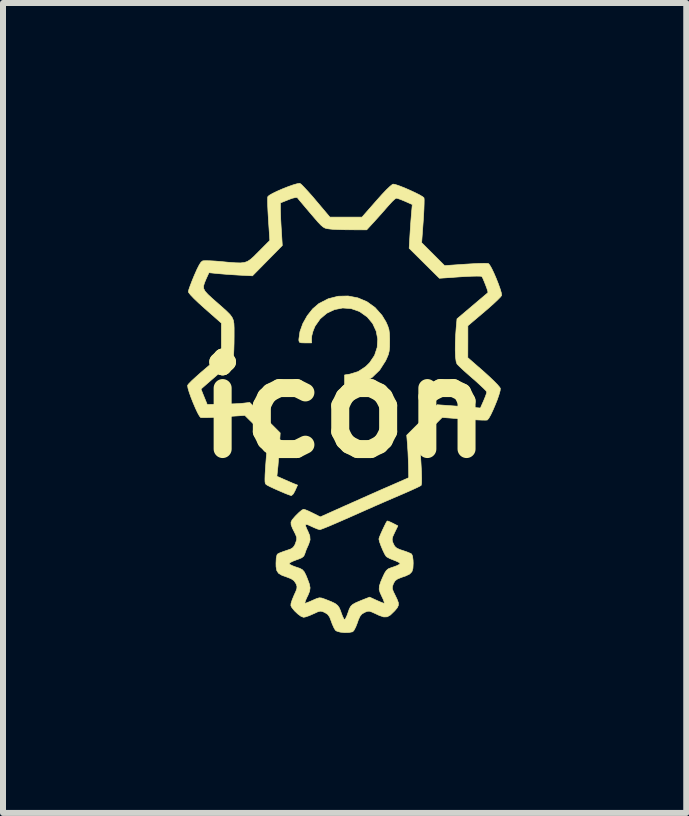
<source format=kicad_pcb>
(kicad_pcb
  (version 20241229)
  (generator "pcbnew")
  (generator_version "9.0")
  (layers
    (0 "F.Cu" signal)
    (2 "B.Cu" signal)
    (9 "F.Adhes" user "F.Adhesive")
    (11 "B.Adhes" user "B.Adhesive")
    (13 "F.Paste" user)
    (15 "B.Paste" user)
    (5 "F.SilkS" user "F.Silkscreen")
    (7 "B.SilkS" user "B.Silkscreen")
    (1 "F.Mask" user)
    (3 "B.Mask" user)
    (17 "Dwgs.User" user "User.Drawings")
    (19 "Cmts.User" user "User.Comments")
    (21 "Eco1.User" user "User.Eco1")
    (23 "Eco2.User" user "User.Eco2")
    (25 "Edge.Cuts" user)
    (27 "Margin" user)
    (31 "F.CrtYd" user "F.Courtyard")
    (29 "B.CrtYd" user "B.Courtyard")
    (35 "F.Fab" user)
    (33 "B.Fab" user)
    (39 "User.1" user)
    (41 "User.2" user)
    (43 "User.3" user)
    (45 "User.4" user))
  (footprint "icon"
    (layer "F.Cu")
    (at 2.692 3.743)
    (property "Reference" "icon" (at 0 0 0) (layer "F.SilkS") (effects (font (size 1.524 1.524) (thickness 0.3))))
    (attr through_hole)
    (fp_poly (pts (xy 0.22 -1.83) (xy 0.372 -1.766) (xy 0.508 -1.668) (xy 0.622 -1.54) (xy 0.69 -1.428) (xy 0.72 -1.36) (xy 0.739 -1.3) (xy 0.748 -1.233) (xy 0.751 -1.144) (xy 0.751 -1.111) (xy 0.75 -1.014) (xy 0.743 -0.943) (xy 0.728 -0.883) (xy 0.7 -0.817) (xy 0.682 -0.779) (xy 0.584 -0.626) (xy 0.458 -0.504) (xy 0.306 -0.414) (xy 0.128 -0.357) (xy 0.09 -0.35) (xy 0 -0.335) (xy 0 -0.545) (xy 0.087 -0.559) (xy 0.227 -0.602) (xy 0.351 -0.684) (xy 0.417 -0.749) (xy 0.499 -0.871) (xy 0.543 -1.004) (xy 0.552 -1.142) (xy 0.526 -1.276) (xy 0.468 -1.402) (xy 0.377 -1.511) (xy 0.256 -1.597) (xy 0.246 -1.603) (xy 0.109 -1.651) (xy -0.032 -1.661) (xy -0.169 -1.634) (xy -0.296 -1.574) (xy -0.406 -1.481) (xy -0.491 -1.36) (xy -0.496 -1.35) (xy -0.527 -1.273) (xy -0.547 -1.197) (xy -0.55 -1.16) (xy -0.55 -1.079) (xy -0.656 -1.079) (xy -0.719 -1.081) (xy -0.75 -1.089) (xy -0.761 -1.112) (xy -0.762 -1.141) (xy -0.744 -1.267) (xy -0.696 -1.401) (xy -0.623 -1.531) (xy -0.532 -1.646) (xy -0.431 -1.733) (xy -0.428 -1.735) (xy -0.272 -1.815) (xy -0.107 -1.857) (xy 0.058 -1.861) (xy 0.22 -1.83)) (stroke (width 0.01) (type solid)) (fill yes) (layer "F.SilkS"))
    (fp_poly (pts (xy -0.744 -3.737) (xy -0.719 -3.718) (xy -0.673 -3.671) (xy -0.61 -3.603) (xy -0.536 -3.52) (xy -0.477 -3.45) (xy -0.245 -3.175) (xy 0.29 -3.175) (xy 0.531 -3.45) (xy 0.62 -3.55) (xy 0.697 -3.631) (xy 0.758 -3.689) (xy 0.798 -3.721) (xy 0.81 -3.725) (xy 0.851 -3.717) (xy 0.918 -3.694) (xy 1 -3.662) (xy 1.089 -3.623) (xy 1.175 -3.583) (xy 1.249 -3.546) (xy 1.301 -3.515) (xy 1.323 -3.496) (xy 1.326 -3.464) (xy 1.325 -3.398) (xy 1.322 -3.305) (xy 1.316 -3.193) (xy 1.31 -3.105) (xy 1.284 -2.749) (xy 1.475 -2.558) (xy 1.666 -2.367) (xy 2.014 -2.391) (xy 2.133 -2.398) (xy 2.239 -2.403) (xy 2.324 -2.405) (xy 2.379 -2.404) (xy 2.396 -2.402) (xy 2.418 -2.377) (xy 2.45 -2.322) (xy 2.487 -2.245) (xy 2.525 -2.157) (xy 2.561 -2.066) (xy 2.591 -1.982) (xy 2.611 -1.915) (xy 2.617 -1.874) (xy 2.616 -1.869) (xy 2.597 -1.844) (xy 2.55 -1.796) (xy 2.482 -1.732) (xy 2.398 -1.657) (xy 2.329 -1.598) (xy 2.054 -1.365) (xy 2.054 -1.099) (xy 2.053 -0.833) (xy 2.318 -0.602) (xy 2.407 -0.521) (xy 2.485 -0.447) (xy 2.547 -0.384) (xy 2.585 -0.339) (xy 2.595 -0.322) (xy 2.592 -0.284) (xy 2.574 -0.22) (xy 2.546 -0.137) (xy 2.51 -0.047) (xy 2.472 0.042) (xy 2.435 0.12) (xy 2.402 0.178) (xy 2.378 0.205) (xy 2.377 0.206) (xy 2.348 0.208) (xy 2.283 0.207) (xy 2.192 0.203) (xy 2.081 0.196) (xy 1.987 0.19) (xy 1.626 0.163) (xy 1.248 0.541) (xy 1.272 0.908) (xy 1.281 1.064) (xy 1.284 1.18) (xy 1.283 1.256) (xy 1.276 1.293) (xy 1.274 1.296) (xy 1.248 1.311) (xy 1.19 1.339) (xy 1.107 1.377) (xy 1.005 1.422) (xy 0.917 1.46) (xy 0.796 1.512) (xy 0.648 1.576) (xy 0.483 1.648) (xy 0.314 1.723) (xy 0.152 1.795) (xy 0.102 1.817) (xy -0.032 1.876) (xy -0.154 1.929) (xy -0.259 1.974) (xy -0.341 2.007) (xy -0.394 2.027) (xy -0.412 2.032) (xy -0.449 2.023) (xy -0.508 1.999) (xy -0.551 1.979) (xy -0.615 1.95) (xy -0.647 1.946) (xy -0.65 1.971) (xy -0.627 2.027) (xy -0.614 2.053) (xy -0.58 2.134) (xy -0.575 2.203) (xy -0.599 2.277) (xy -0.611 2.303) (xy -0.64 2.368) (xy -0.661 2.429) (xy -0.664 2.438) (xy -0.68 2.473) (xy -0.714 2.501) (xy -0.777 2.527) (xy -0.798 2.534) (xy -0.863 2.559) (xy -0.909 2.582) (xy -0.925 2.596) (xy -0.911 2.613) (xy -0.866 2.635) (xy -0.818 2.653) (xy -0.749 2.676) (xy -0.704 2.7) (xy -0.672 2.736) (xy -0.643 2.794) (xy -0.618 2.855) (xy -0.587 2.939) (xy -0.575 3.002) (xy -0.583 3.059) (xy -0.611 3.128) (xy -0.625 3.155) (xy -0.65 3.211) (xy -0.662 3.25) (xy -0.659 3.26) (xy -0.63 3.251) (xy -0.577 3.23) (xy -0.528 3.208) (xy -0.464 3.18) (xy -0.421 3.168) (xy -0.381 3.172) (xy -0.327 3.191) (xy -0.319 3.194) (xy -0.223 3.232) (xy -0.158 3.263) (xy -0.116 3.296) (xy -0.088 3.336) (xy -0.065 3.391) (xy -0.058 3.413) (xy -0.034 3.477) (xy -0.012 3.521) (xy 0 3.535) (xy 0.015 3.516) (xy 0.038 3.468) (xy 0.058 3.413) (xy 0.079 3.353) (xy 0.102 3.311) (xy 0.135 3.279) (xy 0.187 3.25) (xy 0.265 3.217) (xy 0.309 3.199) (xy 0.417 3.157) (xy 0.528 3.208) (xy 0.592 3.236) (xy 0.64 3.255) (xy 0.659 3.26) (xy 0.661 3.243) (xy 0.646 3.199) (xy 0.625 3.155) (xy 0.592 3.083) (xy 0.576 3.027) (xy 0.58 2.971) (xy 0.602 2.902) (xy 0.633 2.829) (xy 0.667 2.757) (xy 0.696 2.713) (xy 0.729 2.685) (xy 0.78 2.665) (xy 0.814 2.654) (xy 0.876 2.631) (xy 0.916 2.609) (xy 0.925 2.596) (xy 0.903 2.577) (xy 0.853 2.554) (xy 0.82 2.541) (xy 0.755 2.515) (xy 0.705 2.488) (xy 0.692 2.477) (xy 0.667 2.438) (xy 0.637 2.375) (xy 0.607 2.304) (xy 0.583 2.237) (xy 0.572 2.191) (xy 0.572 2.187) (xy 0.58 2.159) (xy 0.602 2.105) (xy 0.632 2.038) (xy 0.664 1.971) (xy 0.691 1.917) (xy 0.71 1.888) (xy 0.71 1.888) (xy 0.73 1.892) (xy 0.775 1.912) (xy 0.802 1.925) (xy 0.888 1.969) (xy 0.834 2.08) (xy 0.804 2.145) (xy 0.793 2.188) (xy 0.796 2.225) (xy 0.812 2.266) (xy 0.836 2.311) (xy 0.87 2.341) (xy 0.926 2.366) (xy 0.967 2.379) (xy 1.037 2.403) (xy 1.093 2.426) (xy 1.117 2.439) (xy 1.132 2.474) (xy 1.141 2.54) (xy 1.143 2.592) (xy 1.139 2.676) (xy 1.122 2.732) (xy 1.084 2.772) (xy 1.018 2.804) (xy 0.956 2.825) (xy 0.885 2.853) (xy 0.843 2.883) (xy 0.816 2.926) (xy 0.813 2.934) (xy 0.797 2.98) (xy 0.796 3.018) (xy 0.813 3.066) (xy 0.833 3.106) (xy 0.874 3.191) (xy 0.896 3.25) (xy 0.896 3.294) (xy 0.877 3.335) (xy 0.836 3.384) (xy 0.824 3.396) (xy 0.763 3.455) (xy 0.71 3.485) (xy 0.652 3.487) (xy 0.577 3.462) (xy 0.52 3.435) (xy 0.454 3.405) (xy 0.411 3.391) (xy 0.377 3.394) (xy 0.337 3.41) (xy 0.331 3.413) (xy 0.288 3.439) (xy 0.258 3.475) (xy 0.23 3.534) (xy 0.213 3.585) (xy 0.185 3.656) (xy 0.157 3.709) (xy 0.135 3.734) (xy 0.074 3.746) (xy -0.001 3.748) (xy -0.075 3.74) (xy -0.132 3.723) (xy -0.153 3.709) (xy -0.177 3.669) (xy -0.206 3.605) (xy -0.222 3.56) (xy -0.25 3.488) (xy -0.283 3.443) (xy -0.331 3.413) (xy -0.373 3.395) (xy -0.407 3.391) (xy -0.448 3.402) (xy -0.51 3.431) (xy -0.52 3.435) (xy -0.59 3.466) (xy -0.652 3.487) (xy -0.684 3.493) (xy -0.726 3.477) (xy -0.779 3.438) (xy -0.834 3.386) (xy -0.878 3.332) (xy -0.895 3.299) (xy -0.893 3.263) (xy -0.874 3.203) (xy -0.844 3.131) (xy -0.844 3.13) (xy -0.811 3.058) (xy -0.795 3.011) (xy -0.794 2.976) (xy -0.806 2.941) (xy -0.812 2.929) (xy -0.843 2.883) (xy -0.892 2.85) (xy -0.956 2.825) (xy -1.045 2.793) (xy -1.101 2.759) (xy -1.13 2.714) (xy -1.142 2.649) (xy -1.143 2.592) (xy -1.139 2.51) (xy -1.127 2.455) (xy -1.117 2.439) (xy -1.083 2.421) (xy -1.023 2.398) (xy -0.97 2.38) (xy -0.9 2.356) (xy -0.859 2.33) (xy -0.832 2.293) (xy -0.818 2.259) (xy -0.799 2.203) (xy -0.798 2.162) (xy -0.817 2.113) (xy -0.827 2.092) (xy -0.869 2.009) (xy -0.891 1.951) (xy -0.893 1.908) (xy -0.874 1.869) (xy -0.833 1.821) (xy -0.812 1.798) (xy -0.758 1.745) (xy -0.712 1.707) (xy -0.684 1.693) (xy -0.651 1.702) (xy -0.594 1.726) (xy -0.53 1.757) (xy -0.404 1.82) (xy 0.004 1.637) (xy 0.155 1.57) (xy 0.319 1.497) (xy 0.483 1.424) (xy 0.634 1.357) (xy 0.741 1.311) (xy 1.069 1.167) (xy 1.065 0.97) (xy 1.061 0.858) (xy 1.056 0.739) (xy 1.049 0.635) (xy 1.048 0.616) (xy 1.035 0.459) (xy 1.289 0.205) (xy 1.543 -0.049) (xy 1.75 -0.034) (xy 1.863 -0.026) (xy 1.98 -0.017) (xy 2.083 -0.009) (xy 2.11 -0.007) (xy 2.263 0.006) (xy 2.317 -0.116) (xy 2.345 -0.184) (xy 2.364 -0.237) (xy 2.369 -0.262) (xy 2.354 -0.284) (xy 2.311 -0.327) (xy 2.248 -0.386) (xy 2.17 -0.457) (xy 2.135 -0.487) (xy 2.049 -0.562) (xy 1.973 -0.63) (xy 1.914 -0.686) (xy 1.878 -0.722) (xy 1.872 -0.73) (xy 1.858 -0.772) (xy 1.848 -0.849) (xy 1.844 -0.954) (xy 1.845 -1.078) (xy 1.851 -1.215) (xy 1.86 -1.338) (xy 1.873 -1.48) (xy 2.127 -1.695) (xy 2.214 -1.769) (xy 2.29 -1.833) (xy 2.348 -1.882) (xy 2.382 -1.911) (xy 2.389 -1.918) (xy 2.386 -1.939) (xy 2.371 -1.987) (xy 2.348 -2.048) (xy 2.323 -2.11) (xy 2.301 -2.161) (xy 2.286 -2.187) (xy 2.26 -2.191) (xy 2.2 -2.192) (xy 2.113 -2.19) (xy 2.006 -2.185) (xy 1.925 -2.18) (xy 1.58 -2.156) (xy 1.328 -2.406) (xy 1.076 -2.656) (xy 1.089 -2.879) (xy 1.096 -2.991) (xy 1.104 -3.106) (xy 1.112 -3.205) (xy 1.115 -3.243) (xy 1.128 -3.385) (xy 1.006 -3.439) (xy 0.938 -3.467) (xy 0.885 -3.486) (xy 0.86 -3.491) (xy 0.836 -3.475) (xy 0.793 -3.435) (xy 0.739 -3.376) (xy 0.714 -3.348) (xy 0.64 -3.263) (xy 0.558 -3.171) (xy 0.486 -3.091) (xy 0.48 -3.085) (xy 0.368 -2.963) (xy 0.115 -2.964) (xy 0.003 -2.965) (xy -0.105 -2.968) (xy -0.196 -2.972) (xy -0.247 -2.977) (xy -0.29 -2.983) (xy -0.325 -2.992) (xy -0.357 -3.01) (xy -0.394 -3.041) (xy -0.442 -3.091) (xy -0.506 -3.165) (xy -0.565 -3.234) (xy -0.638 -3.32) (xy -0.702 -3.396) (xy -0.752 -3.455) (xy -0.781 -3.491) (xy -0.786 -3.499) (xy -0.813 -3.503) (xy -0.873 -3.489) (xy -0.934 -3.466) (xy -1.069 -3.412) (xy -1.069 -3.299) (xy -1.067 -3.23) (xy -1.064 -3.133) (xy -1.058 -3.023) (xy -1.053 -2.944) (xy -1.038 -2.702) (xy -1.535 -2.197) (xy -1.768 -2.209) (xy -1.88 -2.216) (xy -1.992 -2.224) (xy -2.087 -2.232) (xy -2.131 -2.236) (xy -2.26 -2.249) (xy -2.307 -2.146) (xy -2.335 -2.079) (xy -2.35 -2.028) (xy -2.348 -1.984) (xy -2.325 -1.94) (xy -2.279 -1.889) (xy -2.206 -1.821) (xy -2.148 -1.77) (xy -2.044 -1.679) (xy -1.966 -1.609) (xy -1.911 -1.554) (xy -1.875 -1.505) (xy -1.854 -1.457) (xy -1.844 -1.4) (xy -1.841 -1.328) (xy -1.841 -1.233) (xy -1.841 -1.187) (xy -1.842 -1.074) (xy -1.845 -0.971) (xy -1.849 -0.888) (xy -1.854 -0.835) (xy -1.855 -0.829) (xy -1.868 -0.796) (xy -1.897 -0.755) (xy -1.948 -0.702) (xy -2.024 -0.631) (xy -2.129 -0.54) (xy -2.13 -0.539) (xy -2.218 -0.463) (xy -2.293 -0.398) (xy -2.35 -0.348) (xy -2.385 -0.317) (xy -2.392 -0.309) (xy -2.384 -0.288) (xy -2.365 -0.239) (xy -2.34 -0.178) (xy -2.289 -0.053) (xy -2.039 -0.058) (xy -1.928 -0.061) (xy -1.822 -0.065) (xy -1.734 -0.07) (xy -1.685 -0.075) (xy -1.581 -0.087) (xy -1.327 0.167) (xy -1.073 0.421) (xy -1.087 0.656) (xy -1.095 0.768) (xy -1.103 0.879) (xy -1.11 0.973) (xy -1.115 1.017) (xy -1.128 1.143) (xy -1.003 1.198) (xy -0.93 1.23) (xy -0.866 1.258) (xy -0.831 1.272) (xy -0.784 1.29) (xy -0.824 1.38) (xy -0.854 1.436) (xy -0.883 1.463) (xy -0.892 1.464) (xy -0.935 1.45) (xy -1.003 1.423) (xy -1.082 1.389) (xy -1.164 1.353) (xy -1.237 1.319) (xy -1.289 1.292) (xy -1.309 1.279) (xy -1.32 1.264) (xy -1.326 1.236) (xy -1.327 1.189) (xy -1.325 1.118) (xy -1.319 1.016) (xy -1.309 0.881) (xy -1.279 0.509) (xy -1.662 0.129) (xy -2.015 0.152) (xy -2.134 0.159) (xy -2.24 0.164) (xy -2.325 0.166) (xy -2.38 0.166) (xy -2.398 0.164) (xy -2.419 0.139) (xy -2.45 0.084) (xy -2.486 0.007) (xy -2.524 -0.082) (xy -2.56 -0.173) (xy -2.59 -0.258) (xy -2.61 -0.326) (xy -2.616 -0.368) (xy -2.615 -0.374) (xy -2.595 -0.4) (xy -2.548 -0.448) (xy -2.479 -0.511) (xy -2.395 -0.586) (xy -2.327 -0.644) (xy -2.053 -0.876) (xy -2.053 -1.409) (xy -2.328 -1.651) (xy -2.428 -1.741) (xy -2.51 -1.819) (xy -2.568 -1.88) (xy -2.599 -1.92) (xy -2.603 -1.932) (xy -2.596 -1.966) (xy -2.574 -2.029) (xy -2.542 -2.113) (xy -2.505 -2.203) (xy -2.458 -2.309) (xy -2.421 -2.381) (xy -2.392 -2.425) (xy -2.366 -2.445) (xy -2.36 -2.447) (xy -2.321 -2.449) (xy -2.25 -2.448) (xy -2.158 -2.443) (xy -2.072 -2.436) (xy -1.927 -2.422) (xy -1.817 -2.414) (xy -1.734 -2.412) (xy -1.67 -2.419) (xy -1.618 -2.437) (xy -1.571 -2.468) (xy -1.519 -2.513) (xy -1.457 -2.575) (xy -1.432 -2.6) (xy -1.246 -2.787) (xy -1.269 -3.132) (xy -1.276 -3.251) (xy -1.281 -3.357) (xy -1.283 -3.442) (xy -1.282 -3.498) (xy -1.28 -3.515) (xy -1.257 -3.537) (xy -1.202 -3.569) (xy -1.126 -3.606) (xy -1.037 -3.645) (xy -0.946 -3.681) (xy -0.862 -3.711) (xy -0.793 -3.731) (xy -0.75 -3.738) (xy -0.744 -3.737)) (stroke (width 0.01) (type solid)) (fill yes) (layer "F.SilkS")))
  (gr_rect
    (start -3 -3)
    (end 8.385 10.496)
    (stroke (width 0.1) (type default))
    (fill no)
    (layer "Edge.Cuts")))
</source>
